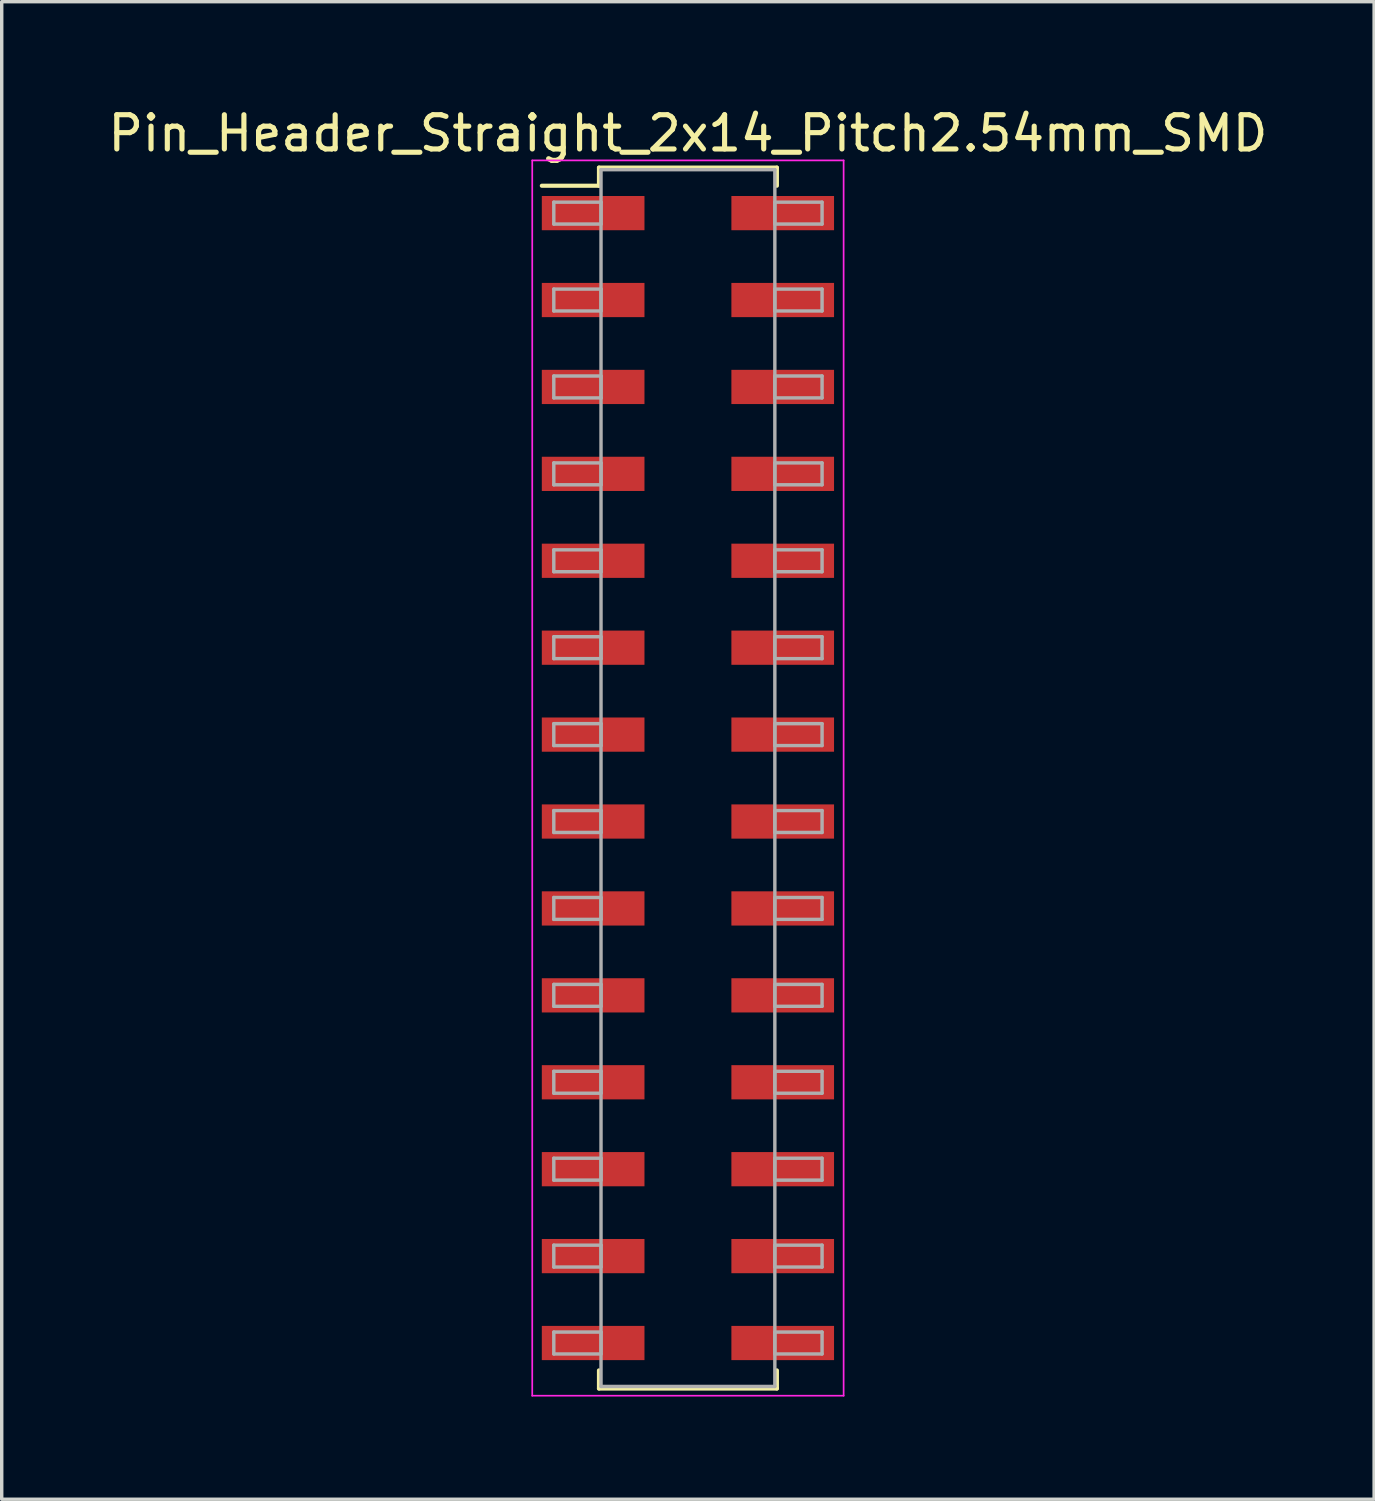
<source format=kicad_pcb>
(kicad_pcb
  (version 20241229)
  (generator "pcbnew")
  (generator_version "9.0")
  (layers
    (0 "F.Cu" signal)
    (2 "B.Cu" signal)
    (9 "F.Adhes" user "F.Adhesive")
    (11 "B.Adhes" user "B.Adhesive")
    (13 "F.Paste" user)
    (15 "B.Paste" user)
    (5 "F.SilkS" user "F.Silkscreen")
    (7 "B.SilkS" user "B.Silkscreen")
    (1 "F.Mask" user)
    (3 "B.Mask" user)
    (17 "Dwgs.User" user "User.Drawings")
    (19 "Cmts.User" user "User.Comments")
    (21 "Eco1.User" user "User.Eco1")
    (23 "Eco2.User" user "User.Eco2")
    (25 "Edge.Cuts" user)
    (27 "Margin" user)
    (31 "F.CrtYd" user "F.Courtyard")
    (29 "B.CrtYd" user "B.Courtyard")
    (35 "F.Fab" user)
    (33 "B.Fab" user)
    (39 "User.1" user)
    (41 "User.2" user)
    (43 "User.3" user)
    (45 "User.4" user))
  (footprint "Pin_Header_Straight_2x14_Pitch2.54mm_SMD"
    (layer "F.Cu")
    (at 17.054 19.688)
    (property "Reference" "Pin_Header_Straight_2x14_Pitch2.54mm_SMD" (at 0 -18.84 0) (layer "F.SilkS") (effects (font (size 1 1) (thickness 0.15))))
    (attr smd)
    (fp_line (start -4.27 -17.31) (end -2.6 -17.31) (stroke (width 0.12) (type solid)) (layer "F.SilkS"))
    (fp_line (start -2.6 -17.84) (end 2.6 -17.84) (stroke (width 0.12) (type solid)) (layer "F.SilkS"))
    (fp_line (start -2.6 -17.31) (end -2.6 -17.84) (stroke (width 0.12) (type solid)) (layer "F.SilkS"))
    (fp_line (start -2.6 17.31) (end -2.6 17.84) (stroke (width 0.12) (type solid)) (layer "F.SilkS"))
    (fp_line (start -2.6 17.84) (end 2.6 17.84) (stroke (width 0.12) (type solid)) (layer "F.SilkS"))
    (fp_line (start 2.6 -17.84) (end 2.6 -17.31) (stroke (width 0.12) (type solid)) (layer "F.SilkS"))
    (fp_line (start 2.6 17.84) (end 2.6 17.31) (stroke (width 0.12) (type solid)) (layer "F.SilkS"))
    (fp_line (start -4.55 -18.05) (end -4.55 18.05) (stroke (width 0.05) (type solid)) (layer "F.CrtYd"))
    (fp_line (start -4.55 18.05) (end 4.55 18.05) (stroke (width 0.05) (type solid)) (layer "F.CrtYd"))
    (fp_line (start 4.55 -18.05) (end -4.55 -18.05) (stroke (width 0.05) (type solid)) (layer "F.CrtYd"))
    (fp_line (start 4.55 18.05) (end 4.55 -18.05) (stroke (width 0.05) (type solid)) (layer "F.CrtYd"))
    (fp_line (start -3.92 -16.83) (end -2.54 -16.83) (stroke (width 0.1) (type solid)) (layer "F.Fab"))
    (fp_line (start -3.92 -16.19) (end -3.92 -16.83) (stroke (width 0.1) (type solid)) (layer "F.Fab"))
    (fp_line (start -3.92 -14.29) (end -2.54 -14.29) (stroke (width 0.1) (type solid)) (layer "F.Fab"))
    (fp_line (start -3.92 -13.65) (end -3.92 -14.29) (stroke (width 0.1) (type solid)) (layer "F.Fab"))
    (fp_line (start -3.92 -11.75) (end -2.54 -11.75) (stroke (width 0.1) (type solid)) (layer "F.Fab"))
    (fp_line (start -3.92 -11.11) (end -3.92 -11.75) (stroke (width 0.1) (type solid)) (layer "F.Fab"))
    (fp_line (start -3.92 -9.21) (end -2.54 -9.21) (stroke (width 0.1) (type solid)) (layer "F.Fab"))
    (fp_line (start -3.92 -8.57) (end -3.92 -9.21) (stroke (width 0.1) (type solid)) (layer "F.Fab"))
    (fp_line (start -3.92 -6.67) (end -2.54 -6.67) (stroke (width 0.1) (type solid)) (layer "F.Fab"))
    (fp_line (start -3.92 -6.03) (end -3.92 -6.67) (stroke (width 0.1) (type solid)) (layer "F.Fab"))
    (fp_line (start -3.92 -4.13) (end -2.54 -4.13) (stroke (width 0.1) (type solid)) (layer "F.Fab"))
    (fp_line (start -3.92 -3.49) (end -3.92 -4.13) (stroke (width 0.1) (type solid)) (layer "F.Fab"))
    (fp_line (start -3.92 -1.59) (end -2.54 -1.59) (stroke (width 0.1) (type solid)) (layer "F.Fab"))
    (fp_line (start -3.92 -0.95) (end -3.92 -1.59) (stroke (width 0.1) (type solid)) (layer "F.Fab"))
    (fp_line (start -3.92 0.95) (end -2.54 0.95) (stroke (width 0.1) (type solid)) (layer "F.Fab"))
    (fp_line (start -3.92 1.59) (end -3.92 0.95) (stroke (width 0.1) (type solid)) (layer "F.Fab"))
    (fp_line (start -3.92 3.49) (end -2.54 3.49) (stroke (width 0.1) (type solid)) (layer "F.Fab"))
    (fp_line (start -3.92 4.13) (end -3.92 3.49) (stroke (width 0.1) (type solid)) (layer "F.Fab"))
    (fp_line (start -3.92 6.03) (end -2.54 6.03) (stroke (width 0.1) (type solid)) (layer "F.Fab"))
    (fp_line (start -3.92 6.67) (end -3.92 6.03) (stroke (width 0.1) (type solid)) (layer "F.Fab"))
    (fp_line (start -3.92 8.57) (end -2.54 8.57) (stroke (width 0.1) (type solid)) (layer "F.Fab"))
    (fp_line (start -3.92 9.21) (end -3.92 8.57) (stroke (width 0.1) (type solid)) (layer "F.Fab"))
    (fp_line (start -3.92 11.11) (end -2.54 11.11) (stroke (width 0.1) (type solid)) (layer "F.Fab"))
    (fp_line (start -3.92 11.75) (end -3.92 11.11) (stroke (width 0.1) (type solid)) (layer "F.Fab"))
    (fp_line (start -3.92 13.65) (end -2.54 13.65) (stroke (width 0.1) (type solid)) (layer "F.Fab"))
    (fp_line (start -3.92 14.29) (end -3.92 13.65) (stroke (width 0.1) (type solid)) (layer "F.Fab"))
    (fp_line (start -3.92 16.19) (end -2.54 16.19) (stroke (width 0.1) (type solid)) (layer "F.Fab"))
    (fp_line (start -3.92 16.83) (end -3.92 16.19) (stroke (width 0.1) (type solid)) (layer "F.Fab"))
    (fp_line (start -2.54 -17.78) (end -2.54 17.78) (stroke (width 0.1) (type solid)) (layer "F.Fab"))
    (fp_line (start -2.54 -16.83) (end -2.54 -16.19) (stroke (width 0.1) (type solid)) (layer "F.Fab"))
    (fp_line (start -2.54 -16.19) (end -3.92 -16.19) (stroke (width 0.1) (type solid)) (layer "F.Fab"))
    (fp_line (start -2.54 -14.29) (end -2.54 -13.65) (stroke (width 0.1) (type solid)) (layer "F.Fab"))
    (fp_line (start -2.54 -13.65) (end -3.92 -13.65) (stroke (width 0.1) (type solid)) (layer "F.Fab"))
    (fp_line (start -2.54 -11.75) (end -2.54 -11.11) (stroke (width 0.1) (type solid)) (layer "F.Fab"))
    (fp_line (start -2.54 -11.11) (end -3.92 -11.11) (stroke (width 0.1) (type solid)) (layer "F.Fab"))
    (fp_line (start -2.54 -9.21) (end -2.54 -8.57) (stroke (width 0.1) (type solid)) (layer "F.Fab"))
    (fp_line (start -2.54 -8.57) (end -3.92 -8.57) (stroke (width 0.1) (type solid)) (layer "F.Fab"))
    (fp_line (start -2.54 -6.67) (end -2.54 -6.03) (stroke (width 0.1) (type solid)) (layer "F.Fab"))
    (fp_line (start -2.54 -6.03) (end -3.92 -6.03) (stroke (width 0.1) (type solid)) (layer "F.Fab"))
    (fp_line (start -2.54 -4.13) (end -2.54 -3.49) (stroke (width 0.1) (type solid)) (layer "F.Fab"))
    (fp_line (start -2.54 -3.49) (end -3.92 -3.49) (stroke (width 0.1) (type solid)) (layer "F.Fab"))
    (fp_line (start -2.54 -1.59) (end -2.54 -0.95) (stroke (width 0.1) (type solid)) (layer "F.Fab"))
    (fp_line (start -2.54 -0.95) (end -3.92 -0.95) (stroke (width 0.1) (type solid)) (layer "F.Fab"))
    (fp_line (start -2.54 0.95) (end -2.54 1.59) (stroke (width 0.1) (type solid)) (layer "F.Fab"))
    (fp_line (start -2.54 1.59) (end -3.92 1.59) (stroke (width 0.1) (type solid)) (layer "F.Fab"))
    (fp_line (start -2.54 3.49) (end -2.54 4.13) (stroke (width 0.1) (type solid)) (layer "F.Fab"))
    (fp_line (start -2.54 4.13) (end -3.92 4.13) (stroke (width 0.1) (type solid)) (layer "F.Fab"))
    (fp_line (start -2.54 6.03) (end -2.54 6.67) (stroke (width 0.1) (type solid)) (layer "F.Fab"))
    (fp_line (start -2.54 6.67) (end -3.92 6.67) (stroke (width 0.1) (type solid)) (layer "F.Fab"))
    (fp_line (start -2.54 8.57) (end -2.54 9.21) (stroke (width 0.1) (type solid)) (layer "F.Fab"))
    (fp_line (start -2.54 9.21) (end -3.92 9.21) (stroke (width 0.1) (type solid)) (layer "F.Fab"))
    (fp_line (start -2.54 11.11) (end -2.54 11.75) (stroke (width 0.1) (type solid)) (layer "F.Fab"))
    (fp_line (start -2.54 11.75) (end -3.92 11.75) (stroke (width 0.1) (type solid)) (layer "F.Fab"))
    (fp_line (start -2.54 13.65) (end -2.54 14.29) (stroke (width 0.1) (type solid)) (layer "F.Fab"))
    (fp_line (start -2.54 14.29) (end -3.92 14.29) (stroke (width 0.1) (type solid)) (layer "F.Fab"))
    (fp_line (start -2.54 16.19) (end -2.54 16.83) (stroke (width 0.1) (type solid)) (layer "F.Fab"))
    (fp_line (start -2.54 16.83) (end -3.92 16.83) (stroke (width 0.1) (type solid)) (layer "F.Fab"))
    (fp_line (start -2.54 17.78) (end 2.54 17.78) (stroke (width 0.1) (type solid)) (layer "F.Fab"))
    (fp_line (start 2.54 -17.78) (end -2.54 -17.78) (stroke (width 0.1) (type solid)) (layer "F.Fab"))
    (fp_line (start 2.54 -16.83) (end 2.54 -16.19) (stroke (width 0.1) (type solid)) (layer "F.Fab"))
    (fp_line (start 2.54 -16.19) (end 3.92 -16.19) (stroke (width 0.1) (type solid)) (layer "F.Fab"))
    (fp_line (start 2.54 -14.29) (end 2.54 -13.65) (stroke (width 0.1) (type solid)) (layer "F.Fab"))
    (fp_line (start 2.54 -13.65) (end 3.92 -13.65) (stroke (width 0.1) (type solid)) (layer "F.Fab"))
    (fp_line (start 2.54 -11.75) (end 2.54 -11.11) (stroke (width 0.1) (type solid)) (layer "F.Fab"))
    (fp_line (start 2.54 -11.11) (end 3.92 -11.11) (stroke (width 0.1) (type solid)) (layer "F.Fab"))
    (fp_line (start 2.54 -9.21) (end 2.54 -8.57) (stroke (width 0.1) (type solid)) (layer "F.Fab"))
    (fp_line (start 2.54 -8.57) (end 3.92 -8.57) (stroke (width 0.1) (type solid)) (layer "F.Fab"))
    (fp_line (start 2.54 -6.67) (end 2.54 -6.03) (stroke (width 0.1) (type solid)) (layer "F.Fab"))
    (fp_line (start 2.54 -6.03) (end 3.92 -6.03) (stroke (width 0.1) (type solid)) (layer "F.Fab"))
    (fp_line (start 2.54 -4.13) (end 2.54 -3.49) (stroke (width 0.1) (type solid)) (layer "F.Fab"))
    (fp_line (start 2.54 -3.49) (end 3.92 -3.49) (stroke (width 0.1) (type solid)) (layer "F.Fab"))
    (fp_line (start 2.54 -1.59) (end 2.54 -0.95) (stroke (width 0.1) (type solid)) (layer "F.Fab"))
    (fp_line (start 2.54 -0.95) (end 3.92 -0.95) (stroke (width 0.1) (type solid)) (layer "F.Fab"))
    (fp_line (start 2.54 0.95) (end 2.54 1.59) (stroke (width 0.1) (type solid)) (layer "F.Fab"))
    (fp_line (start 2.54 1.59) (end 3.92 1.59) (stroke (width 0.1) (type solid)) (layer "F.Fab"))
    (fp_line (start 2.54 3.49) (end 2.54 4.13) (stroke (width 0.1) (type solid)) (layer "F.Fab"))
    (fp_line (start 2.54 4.13) (end 3.92 4.13) (stroke (width 0.1) (type solid)) (layer "F.Fab"))
    (fp_line (start 2.54 6.03) (end 2.54 6.67) (stroke (width 0.1) (type solid)) (layer "F.Fab"))
    (fp_line (start 2.54 6.67) (end 3.92 6.67) (stroke (width 0.1) (type solid)) (layer "F.Fab"))
    (fp_line (start 2.54 8.57) (end 2.54 9.21) (stroke (width 0.1) (type solid)) (layer "F.Fab"))
    (fp_line (start 2.54 9.21) (end 3.92 9.21) (stroke (width 0.1) (type solid)) (layer "F.Fab"))
    (fp_line (start 2.54 11.11) (end 2.54 11.75) (stroke (width 0.1) (type solid)) (layer "F.Fab"))
    (fp_line (start 2.54 11.75) (end 3.92 11.75) (stroke (width 0.1) (type solid)) (layer "F.Fab"))
    (fp_line (start 2.54 13.65) (end 2.54 14.29) (stroke (width 0.1) (type solid)) (layer "F.Fab"))
    (fp_line (start 2.54 14.29) (end 3.92 14.29) (stroke (width 0.1) (type solid)) (layer "F.Fab"))
    (fp_line (start 2.54 16.19) (end 2.54 16.83) (stroke (width 0.1) (type solid)) (layer "F.Fab"))
    (fp_line (start 2.54 16.83) (end 3.92 16.83) (stroke (width 0.1) (type solid)) (layer "F.Fab"))
    (fp_line (start 2.54 17.78) (end 2.54 -17.78) (stroke (width 0.1) (type solid)) (layer "F.Fab"))
    (fp_line (start 3.92 -16.83) (end 2.54 -16.83) (stroke (width 0.1) (type solid)) (layer "F.Fab"))
    (fp_line (start 3.92 -16.19) (end 3.92 -16.83) (stroke (width 0.1) (type solid)) (layer "F.Fab"))
    (fp_line (start 3.92 -14.29) (end 2.54 -14.29) (stroke (width 0.1) (type solid)) (layer "F.Fab"))
    (fp_line (start 3.92 -13.65) (end 3.92 -14.29) (stroke (width 0.1) (type solid)) (layer "F.Fab"))
    (fp_line (start 3.92 -11.75) (end 2.54 -11.75) (stroke (width 0.1) (type solid)) (layer "F.Fab"))
    (fp_line (start 3.92 -11.11) (end 3.92 -11.75) (stroke (width 0.1) (type solid)) (layer "F.Fab"))
    (fp_line (start 3.92 -9.21) (end 2.54 -9.21) (stroke (width 0.1) (type solid)) (layer "F.Fab"))
    (fp_line (start 3.92 -8.57) (end 3.92 -9.21) (stroke (width 0.1) (type solid)) (layer "F.Fab"))
    (fp_line (start 3.92 -6.67) (end 2.54 -6.67) (stroke (width 0.1) (type solid)) (layer "F.Fab"))
    (fp_line (start 3.92 -6.03) (end 3.92 -6.67) (stroke (width 0.1) (type solid)) (layer "F.Fab"))
    (fp_line (start 3.92 -4.13) (end 2.54 -4.13) (stroke (width 0.1) (type solid)) (layer "F.Fab"))
    (fp_line (start 3.92 -3.49) (end 3.92 -4.13) (stroke (width 0.1) (type solid)) (layer "F.Fab"))
    (fp_line (start 3.92 -1.59) (end 2.54 -1.59) (stroke (width 0.1) (type solid)) (layer "F.Fab"))
    (fp_line (start 3.92 -0.95) (end 3.92 -1.59) (stroke (width 0.1) (type solid)) (layer "F.Fab"))
    (fp_line (start 3.92 0.95) (end 2.54 0.95) (stroke (width 0.1) (type solid)) (layer "F.Fab"))
    (fp_line (start 3.92 1.59) (end 3.92 0.95) (stroke (width 0.1) (type solid)) (layer "F.Fab"))
    (fp_line (start 3.92 3.49) (end 2.54 3.49) (stroke (width 0.1) (type solid)) (layer "F.Fab"))
    (fp_line (start 3.92 4.13) (end 3.92 3.49) (stroke (width 0.1) (type solid)) (layer "F.Fab"))
    (fp_line (start 3.92 6.03) (end 2.54 6.03) (stroke (width 0.1) (type solid)) (layer "F.Fab"))
    (fp_line (start 3.92 6.67) (end 3.92 6.03) (stroke (width 0.1) (type solid)) (layer "F.Fab"))
    (fp_line (start 3.92 8.57) (end 2.54 8.57) (stroke (width 0.1) (type solid)) (layer "F.Fab"))
    (fp_line (start 3.92 9.21) (end 3.92 8.57) (stroke (width 0.1) (type solid)) (layer "F.Fab"))
    (fp_line (start 3.92 11.11) (end 2.54 11.11) (stroke (width 0.1) (type solid)) (layer "F.Fab"))
    (fp_line (start 3.92 11.75) (end 3.92 11.11) (stroke (width 0.1) (type solid)) (layer "F.Fab"))
    (fp_line (start 3.92 13.65) (end 2.54 13.65) (stroke (width 0.1) (type solid)) (layer "F.Fab"))
    (fp_line (start 3.92 14.29) (end 3.92 13.65) (stroke (width 0.1) (type solid)) (layer "F.Fab"))
    (fp_line (start 3.92 16.19) (end 2.54 16.19) (stroke (width 0.1) (type solid)) (layer "F.Fab"))
    (fp_line (start 3.92 16.83) (end 3.92 16.19) (stroke (width 0.1) (type solid)) (layer "F.Fab"))
    (pad "1" smd rect (at -2.77 -16.51) (size 3 1) (layers "F.Cu" "F.Mask"))
    (pad "2" smd rect (at 2.77 -16.51) (size 3 1) (layers "F.Cu" "F.Mask"))
    (pad "3" smd rect (at -2.77 -13.97) (size 3 1) (layers "F.Cu" "F.Mask"))
    (pad "4" smd rect (at 2.77 -13.97) (size 3 1) (layers "F.Cu" "F.Mask"))
    (pad "5" smd rect (at -2.77 -11.43) (size 3 1) (layers "F.Cu" "F.Mask"))
    (pad "6" smd rect (at 2.77 -11.43) (size 3 1) (layers "F.Cu" "F.Mask"))
    (pad "7" smd rect (at -2.77 -8.89) (size 3 1) (layers "F.Cu" "F.Mask"))
    (pad "8" smd rect (at 2.77 -8.89) (size 3 1) (layers "F.Cu" "F.Mask"))
    (pad "9" smd rect (at -2.77 -6.35) (size 3 1) (layers "F.Cu" "F.Mask"))
    (pad "10" smd rect (at 2.77 -6.35) (size 3 1) (layers "F.Cu" "F.Mask"))
    (pad "11" smd rect (at -2.77 -3.81) (size 3 1) (layers "F.Cu" "F.Mask"))
    (pad "12" smd rect (at 2.77 -3.81) (size 3 1) (layers "F.Cu" "F.Mask"))
    (pad "13" smd rect (at -2.77 -1.27) (size 3 1) (layers "F.Cu" "F.Mask"))
    (pad "14" smd rect (at 2.77 -1.27) (size 3 1) (layers "F.Cu" "F.Mask"))
    (pad "15" smd rect (at -2.77 1.27) (size 3 1) (layers "F.Cu" "F.Mask"))
    (pad "16" smd rect (at 2.77 1.27) (size 3 1) (layers "F.Cu" "F.Mask"))
    (pad "17" smd rect (at -2.77 3.81) (size 3 1) (layers "F.Cu" "F.Mask"))
    (pad "18" smd rect (at 2.77 3.81) (size 3 1) (layers "F.Cu" "F.Mask"))
    (pad "19" smd rect (at -2.77 6.35) (size 3 1) (layers "F.Cu" "F.Mask"))
    (pad "20" smd rect (at 2.77 6.35) (size 3 1) (layers "F.Cu" "F.Mask"))
    (pad "21" smd rect (at -2.77 8.89) (size 3 1) (layers "F.Cu" "F.Mask"))
    (pad "22" smd rect (at 2.77 8.89) (size 3 1) (layers "F.Cu" "F.Mask"))
    (pad "23" smd rect (at -2.77 11.43) (size 3 1) (layers "F.Cu" "F.Mask"))
    (pad "24" smd rect (at 2.77 11.43) (size 3 1) (layers "F.Cu" "F.Mask"))
    (pad "25" smd rect (at -2.77 13.97) (size 3 1) (layers "F.Cu" "F.Mask"))
    (pad "26" smd rect (at 2.77 13.97) (size 3 1) (layers "F.Cu" "F.Mask"))
    (pad "27" smd rect (at -2.77 16.51) (size 3 1) (layers "F.Cu" "F.Mask"))
    (pad "28" smd rect (at 2.77 16.51) (size 3 1) (layers "F.Cu" "F.Mask")))
  (gr_rect
    (start -3 -3)
    (end 37.107 40.763)
    (stroke (width 0.1) (type default))
    (fill no)
    (layer "Edge.Cuts")))
</source>
